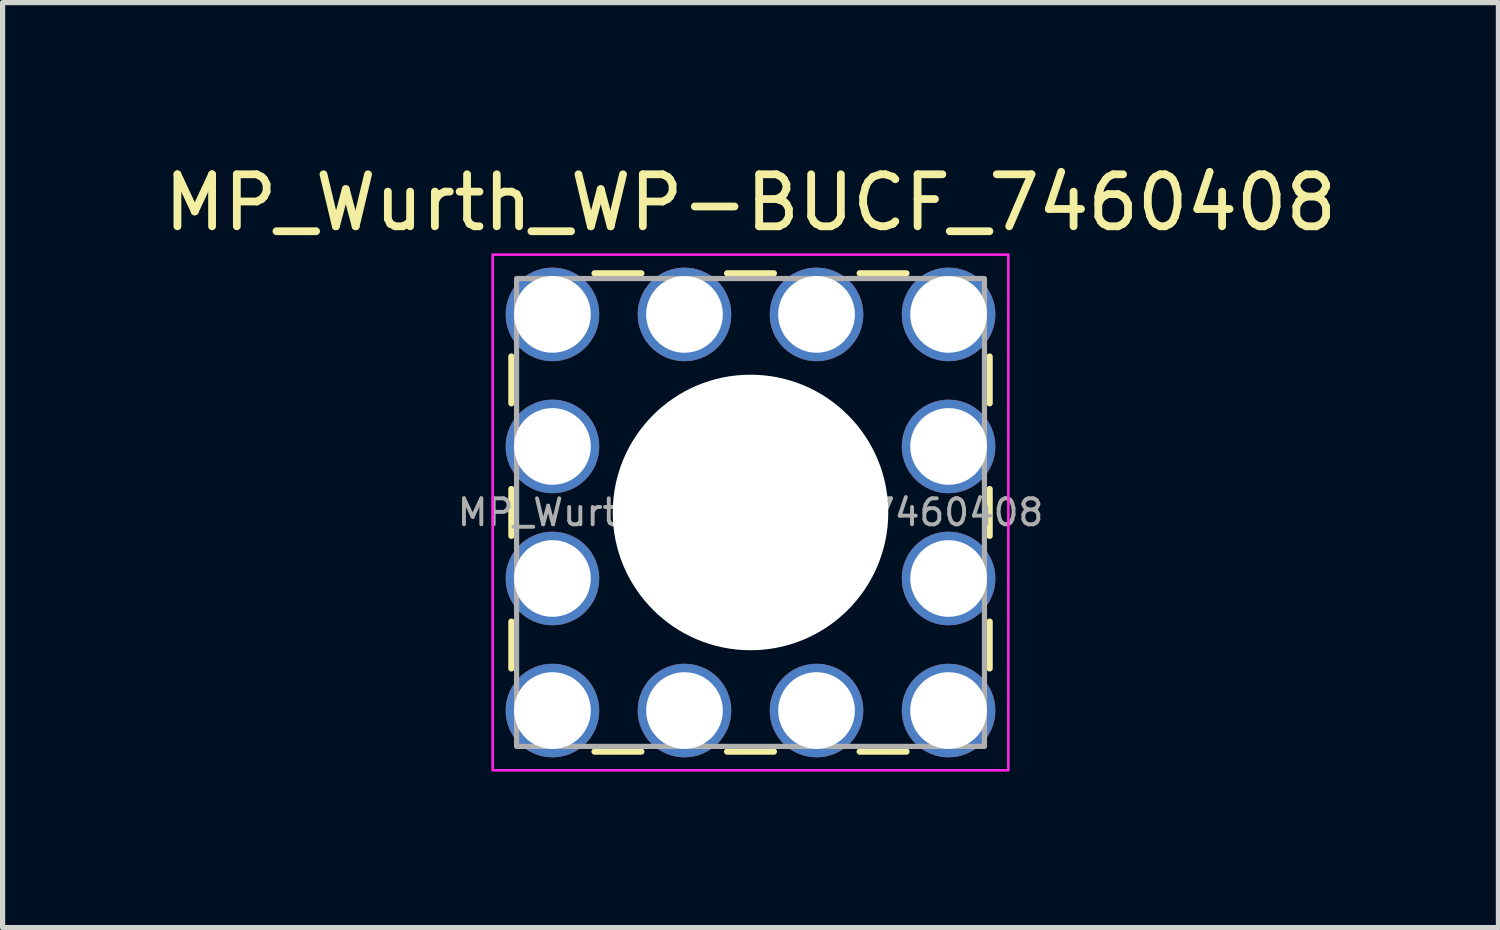
<source format=kicad_pcb>
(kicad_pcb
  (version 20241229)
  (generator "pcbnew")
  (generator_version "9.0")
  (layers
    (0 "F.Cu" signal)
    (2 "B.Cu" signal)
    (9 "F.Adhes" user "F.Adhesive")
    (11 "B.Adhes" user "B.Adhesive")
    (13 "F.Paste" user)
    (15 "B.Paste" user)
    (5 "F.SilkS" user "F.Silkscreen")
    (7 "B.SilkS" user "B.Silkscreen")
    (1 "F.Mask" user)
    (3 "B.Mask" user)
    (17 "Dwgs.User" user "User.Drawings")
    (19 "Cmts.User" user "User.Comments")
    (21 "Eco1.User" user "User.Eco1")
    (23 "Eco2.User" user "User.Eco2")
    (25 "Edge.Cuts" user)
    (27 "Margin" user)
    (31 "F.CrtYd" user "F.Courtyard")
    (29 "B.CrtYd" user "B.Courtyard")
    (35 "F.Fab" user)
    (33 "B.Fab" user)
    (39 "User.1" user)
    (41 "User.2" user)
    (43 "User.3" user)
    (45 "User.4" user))
  (footprint "MP_Wurth_WP-BUCF_7460408"
    (layer "F.Cu")
    (at 11.387 6.808)
    (property "Reference" "MP_Wurth_WP-BUCF_7460408" (at 0 -5.96 0) (unlocked yes) (layer "F.SilkS") (effects (font (size 1 1) (thickness 0.15))))
    (attr through_hole)
    (fp_line (start -4.6 -2.1) (end -4.6 -3) (stroke (width 0.12) (type solid)) (layer "F.SilkS"))
    (fp_line (start -4.6 0.45) (end -4.6 -0.45) (stroke (width 0.12) (type solid)) (layer "F.SilkS"))
    (fp_line (start -4.6 3) (end -4.6 2.1) (stroke (width 0.12) (type solid)) (layer "F.SilkS"))
    (fp_line (start -3 -4.6) (end -2.1 -4.6) (stroke (width 0.12) (type solid)) (layer "F.SilkS"))
    (fp_line (start -2.1 4.6) (end -3 4.6) (stroke (width 0.12) (type solid)) (layer "F.SilkS"))
    (fp_line (start -0.45 -4.6) (end 0.45 -4.6) (stroke (width 0.12) (type solid)) (layer "F.SilkS"))
    (fp_line (start 0.45 4.6) (end -0.45 4.6) (stroke (width 0.12) (type solid)) (layer "F.SilkS"))
    (fp_line (start 2.1 -4.6) (end 3 -4.6) (stroke (width 0.12) (type solid)) (layer "F.SilkS"))
    (fp_line (start 3 4.6) (end 2.1 4.6) (stroke (width 0.12) (type solid)) (layer "F.SilkS"))
    (fp_line (start 4.6 -3) (end 4.6 -2.1) (stroke (width 0.12) (type solid)) (layer "F.SilkS"))
    (fp_line (start 4.6 -0.45) (end 4.6 0.45) (stroke (width 0.12) (type solid)) (layer "F.SilkS"))
    (fp_line (start 4.6 2.1) (end 4.6 3) (stroke (width 0.12) (type solid)) (layer "F.SilkS"))
    (fp_rect (start -4.96 -4.96) (end 4.96 4.96) (stroke (width 0.05) (type solid)) (fill no) (layer "F.CrtYd"))
    (fp_rect (start -4.5 -4.5) (end 4.5 4.5) (stroke (width 0.1) (type solid)) (fill no) (layer "F.Fab"))
    (fp_text user "${REFERENCE}" (at 0 0 0) (unlocked yes) (layer "F.Fab") (effects (font (size 0.5 0.5) (thickness 0.075))))
    (pad "" np_thru_hole circle (at 0 0) (size 5.3 5.3) (drill 5.3) (layers "*.Cu" "*.Mask"))
    (pad "1" thru_hole circle (at -3.81 -3.81) (size 1.8 1.8) (drill 1.475) (layers "*.Cu" "*.Mask"))
    (pad "1" thru_hole circle (at -3.81 -1.27) (size 1.8 1.8) (drill 1.475) (layers "*.Cu" "*.Mask"))
    (pad "1" thru_hole circle (at -3.81 1.27) (size 1.8 1.8) (drill 1.475) (layers "*.Cu" "*.Mask"))
    (pad "1" thru_hole circle (at -3.81 3.81) (size 1.8 1.8) (drill 1.475) (layers "*.Cu" "*.Mask"))
    (pad "1" thru_hole circle (at -1.27 -3.81) (size 1.8 1.8) (drill 1.475) (layers "*.Cu" "*.Mask"))
    (pad "1" thru_hole circle (at -1.27 3.81) (size 1.8 1.8) (drill 1.475) (layers "*.Cu" "*.Mask"))
    (pad "1" thru_hole circle (at 1.27 -3.81) (size 1.8 1.8) (drill 1.475) (layers "*.Cu" "*.Mask"))
    (pad "1" thru_hole circle (at 1.27 3.81) (size 1.8 1.8) (drill 1.475) (layers "*.Cu" "*.Mask"))
    (pad "1" thru_hole circle (at 3.81 -3.81) (size 1.8 1.8) (drill 1.475) (layers "*.Cu" "*.Mask"))
    (pad "1" thru_hole circle (at 3.81 -1.27) (size 1.8 1.8) (drill 1.475) (layers "*.Cu" "*.Mask"))
    (pad "1" thru_hole circle (at 3.81 1.27) (size 1.8 1.8) (drill 1.475) (layers "*.Cu" "*.Mask"))
    (pad "1" thru_hole circle (at 3.81 3.81) (size 1.8 1.8) (drill 1.475) (layers "*.Cu" "*.Mask")))
  (gr_rect
    (start -3 -3)
    (end 25.774 14.793)
    (stroke (width 0.1) (type default))
    (fill no)
    (layer "Edge.Cuts")))
</source>
